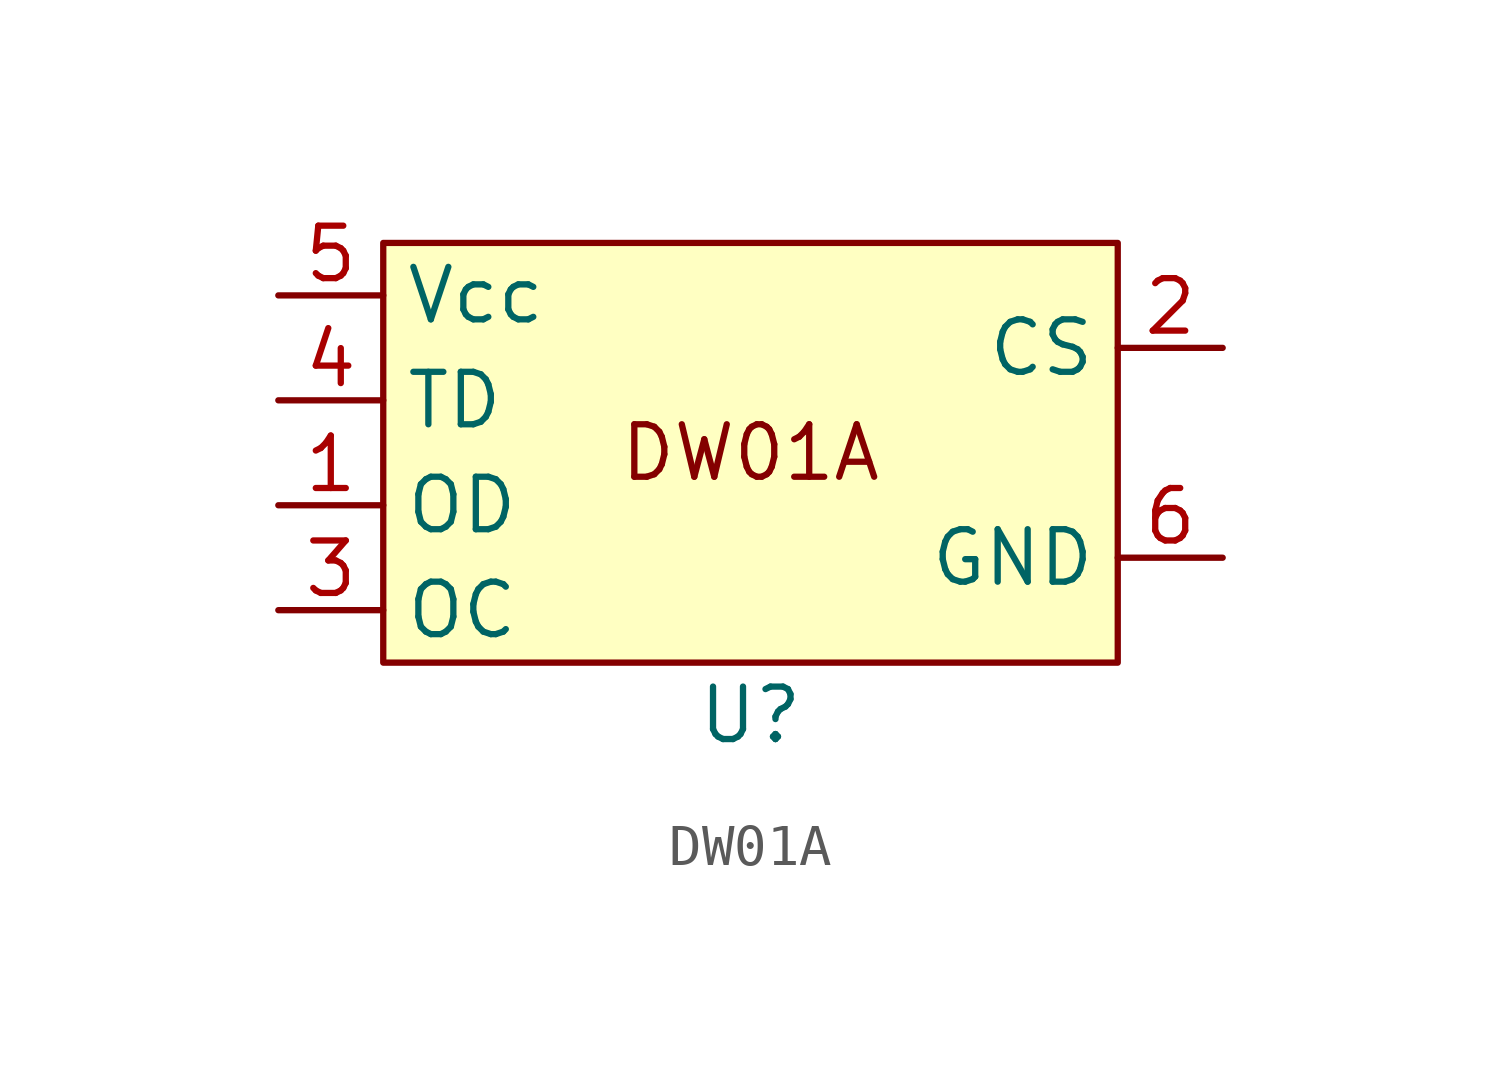
<source format=kicad_sym>
(kicad_symbol_lib
  (version 20220914)
  (generator kicad_symbol_editor)
  (symbol "DW01A"
    (property "Reference" "U"
      (at 0 0 0)
      (effects (font (size 1.27 1.27))))
    (property "Value" ""
      (at 0 0 0)
      (effects (font (size 1.27 1.27))))
    (symbol "DW01A_1_1"
      (rectangle (start -8.89 11.43) (end 8.89 1.27) (stroke (width 0) (type default)) (fill (type background)))
      (text "DW01A" (at 0 6.35 0) (effects (font (size 1.27 1.27))))
      (pin input line (at -11.43 5.08 0) (length 2.54) (name "OD" (effects (font (size 1.27 1.27)))) (number "1" (effects (font (size 1.27 1.27)))))
      (pin input line (at 11.43 8.89 180) (length 2.54) (name "CS" (effects (font (size 1.27 1.27)))) (number "2" (effects (font (size 1.27 1.27)))))
      (pin input line (at -11.43 2.54 0) (length 2.54) (name "OC" (effects (font (size 1.27 1.27)))) (number "3" (effects (font (size 1.27 1.27)))))
      (pin input line (at -11.43 7.62 0) (length 2.54) (name "TD" (effects (font (size 1.27 1.27)))) (number "4" (effects (font (size 1.27 1.27)))))
      (pin input line (at -11.43 10.16 0) (length 2.54) (name "Vcc" (effects (font (size 1.27 1.27)))) (number "5" (effects (font (size 1.27 1.27)))))
      (pin bidirectional line (at 11.43 3.81 180) (length 2.54) (name "GND" (effects (font (size 1.27 1.27)))) (number "6" (effects (font (size 1.27 1.27))))))))
</source>
